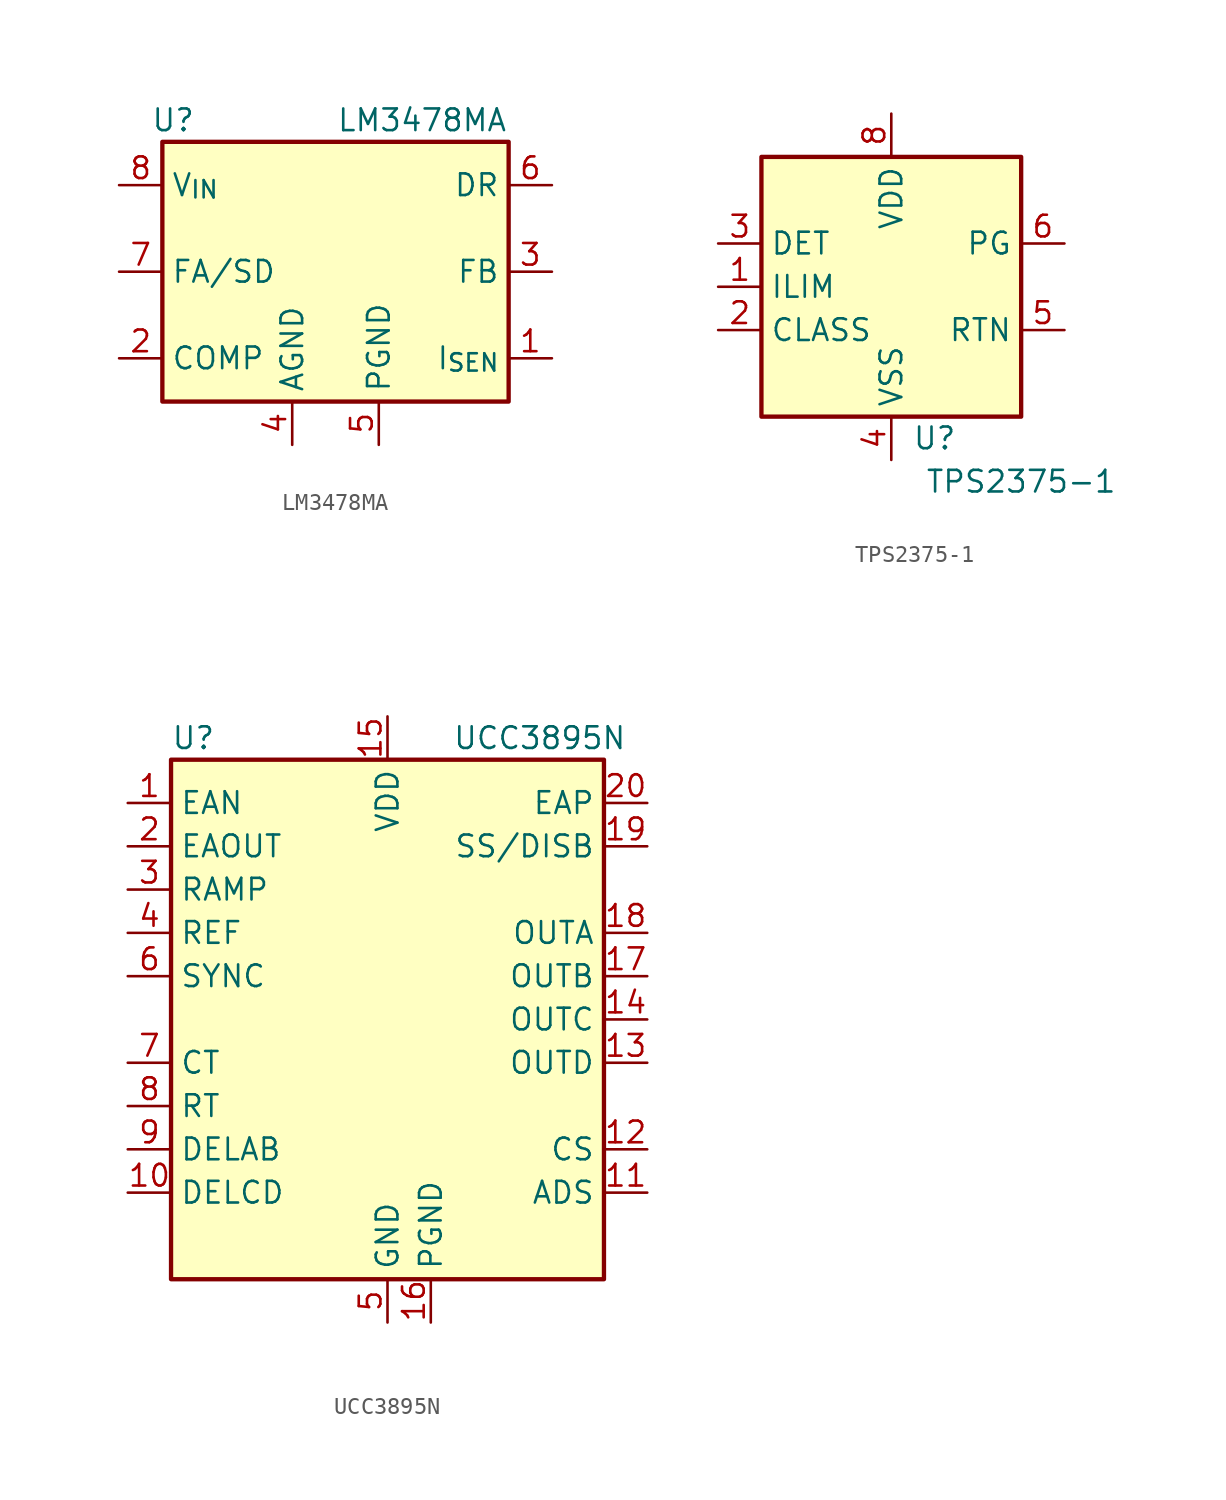
<source format=kicad_sym>
(kicad_symbol_lib
  (version 20241209)
  (generator "kicad_symbol_editor")
  (generator_version "9.0")
  (symbol "LM3478MA"
    (property "Reference" "U"
      (at -9.525 8.89 0)
      (effects (font (size 1.27 1.27))))
    (property "Value" "LM3478MA"
      (at 5.08 8.89 0)
      (effects (font (size 1.27 1.27))))
    (symbol "LM3478MA_0_1"
      (rectangle (start -10.16 7.62) (end 10.16 -7.62) (stroke (width 0.254) (type default)) (fill (type background))))
    (symbol "LM3478MA_1_1"
      (pin power_in line (at -12.7 5.08 0) (length 2.54) (name "V_{IN}" (effects (font (size 1.27 1.27)))) (number "8" (effects (font (size 1.27 1.27)))))
      (pin input line (at -12.7 0 0) (length 2.54) (name "FA/SD" (effects (font (size 1.27 1.27)))) (number "7" (effects (font (size 1.27 1.27)))))
      (pin input line (at -12.7 -5.08 0) (length 2.54) (name "COMP" (effects (font (size 1.27 1.27)))) (number "2" (effects (font (size 1.27 1.27)))))
      (pin power_in line (at -2.54 -10.16 90) (length 2.54) (name "AGND" (effects (font (size 1.27 1.27)))) (number "4" (effects (font (size 1.27 1.27)))))
      (pin power_in line (at 2.54 -10.16 90) (length 2.54) (name "PGND" (effects (font (size 1.27 1.27)))) (number "5" (effects (font (size 1.27 1.27)))))
      (pin output line (at 12.7 5.08 180) (length 2.54) (name "DR" (effects (font (size 1.27 1.27)))) (number "6" (effects (font (size 1.27 1.27)))))
      (pin input line (at 12.7 0 180) (length 2.54) (name "FB" (effects (font (size 1.27 1.27)))) (number "3" (effects (font (size 1.27 1.27)))))
      (pin input line (at 12.7 -5.08 180) (length 2.54) (name "I_{SEN}" (effects (font (size 1.27 1.27)))) (number "1" (effects (font (size 1.27 1.27)))))))
  (symbol "TPS2375-1"
    (property "Reference" "U"
      (at 2.54 -8.89 0)
      (effects (font (size 1.27 1.27))))
    (property "Value" "TPS2375-1"
      (at 7.62 -11.43 0)
      (effects (font (size 1.27 1.27))))
    (symbol "TPS2375-1_0_1"
      (rectangle (start -7.62 7.62) (end 7.62 -7.62) (stroke (width 0.254) (type default)) (fill (type background))))
    (symbol "TPS2375-1_1_1"
      (pin passive line (at -10.16 2.54 0) (length 2.54) (name "DET" (effects (font (size 1.27 1.27)))) (number "3" (effects (font (size 1.27 1.27)))))
      (pin passive line (at -10.16 0 0) (length 2.54) (name "ILIM" (effects (font (size 1.27 1.27)))) (number "1" (effects (font (size 1.27 1.27)))))
      (pin passive line (at -10.16 -2.54 0) (length 2.54) (name "CLASS" (effects (font (size 1.27 1.27)))) (number "2" (effects (font (size 1.27 1.27)))))
      (pin power_in line (at 0 10.16 270) (length 2.54) (name "VDD" (effects (font (size 1.27 1.27)))) (number "8" (effects (font (size 1.27 1.27)))))
      (pin power_in line (at 0 -10.16 90) (length 2.54) (name "VSS" (effects (font (size 1.27 1.27)))) (number "4" (effects (font (size 1.27 1.27)))))
      (pin no_connect line (at 7.62 0 180) (length 2.54) (hide yes) (name "NC" (effects (font (size 1.27 1.27)))) (number "7" (effects (font (size 1.27 1.27)))))
      (pin open_collector line (at 10.16 2.54 180) (length 2.54) (name "PG" (effects (font (size 1.27 1.27)))) (number "6" (effects (font (size 1.27 1.27)))))
      (pin power_out line (at 10.16 -2.54 180) (length 2.54) (name "RTN" (effects (font (size 1.27 1.27)))) (number "5" (effects (font (size 1.27 1.27)))))))
  (symbol "UCC3895N"
    (property "Reference" "U"
      (at -12.7 16.51 0)
      (effects (font (size 1.27 1.27)) (justify left)))
    (property "Value" "UCC3895N"
      (at 3.81 16.51 0)
      (effects (font (size 1.27 1.27)) (justify left)))
    (symbol "UCC3895N_0_1"
      (rectangle (start -12.7 15.24) (end 12.7 -15.24) (stroke (width 0.254) (type default)) (fill (type background))))
    (symbol "UCC3895N_1_1"
      (pin input line (at -15.24 12.7 0) (length 2.54) (name "EAN" (effects (font (size 1.27 1.27)))) (number "1" (effects (font (size 1.27 1.27)))))
      (pin bidirectional line (at -15.24 10.16 0) (length 2.54) (name "EAOUT" (effects (font (size 1.27 1.27)))) (number "2" (effects (font (size 1.27 1.27)))))
      (pin input line (at -15.24 7.62 0) (length 2.54) (name "RAMP" (effects (font (size 1.27 1.27)))) (number "3" (effects (font (size 1.27 1.27)))))
      (pin output line (at -15.24 5.08 0) (length 2.54) (name "REF" (effects (font (size 1.27 1.27)))) (number "4" (effects (font (size 1.27 1.27)))))
      (pin bidirectional line (at -15.24 2.54 0) (length 2.54) (name "SYNC" (effects (font (size 1.27 1.27)))) (number "6" (effects (font (size 1.27 1.27)))))
      (pin passive line (at -15.24 -2.54 0) (length 2.54) (name "CT" (effects (font (size 1.27 1.27)))) (number "7" (effects (font (size 1.27 1.27)))))
      (pin passive line (at -15.24 -5.08 0) (length 2.54) (name "RT" (effects (font (size 1.27 1.27)))) (number "8" (effects (font (size 1.27 1.27)))))
      (pin passive line (at -15.24 -7.62 0) (length 2.54) (name "DELAB" (effects (font (size 1.27 1.27)))) (number "9" (effects (font (size 1.27 1.27)))))
      (pin passive line (at -15.24 -10.16 0) (length 2.54) (name "DELCD" (effects (font (size 1.27 1.27)))) (number "10" (effects (font (size 1.27 1.27)))))
      (pin power_in line (at 0 17.78 270) (length 2.54) (name "VDD" (effects (font (size 1.27 1.27)))) (number "15" (effects (font (size 1.27 1.27)))))
      (pin power_in line (at 0 -17.78 90) (length 2.54) (name "GND" (effects (font (size 1.27 1.27)))) (number "5" (effects (font (size 1.27 1.27)))))
      (pin power_in line (at 2.54 -17.78 90) (length 2.54) (name "PGND" (effects (font (size 1.27 1.27)))) (number "16" (effects (font (size 1.27 1.27)))))
      (pin input line (at 15.24 12.7 180) (length 2.54) (name "EAP" (effects (font (size 1.27 1.27)))) (number "20" (effects (font (size 1.27 1.27)))))
      (pin passive line (at 15.24 10.16 180) (length 2.54) (name "SS/DISB" (effects (font (size 1.27 1.27)))) (number "19" (effects (font (size 1.27 1.27)))))
      (pin output line (at 15.24 5.08 180) (length 2.54) (name "OUTA" (effects (font (size 1.27 1.27)))) (number "18" (effects (font (size 1.27 1.27)))))
      (pin output line (at 15.24 2.54 180) (length 2.54) (name "OUTB" (effects (font (size 1.27 1.27)))) (number "17" (effects (font (size 1.27 1.27)))))
      (pin output line (at 15.24 0 180) (length 2.54) (name "OUTC" (effects (font (size 1.27 1.27)))) (number "14" (effects (font (size 1.27 1.27)))))
      (pin output line (at 15.24 -2.54 180) (length 2.54) (name "OUTD" (effects (font (size 1.27 1.27)))) (number "13" (effects (font (size 1.27 1.27)))))
      (pin input line (at 15.24 -7.62 180) (length 2.54) (name "CS" (effects (font (size 1.27 1.27)))) (number "12" (effects (font (size 1.27 1.27)))))
      (pin input line (at 15.24 -10.16 180) (length 2.54) (name "ADS" (effects (font (size 1.27 1.27)))) (number "11" (effects (font (size 1.27 1.27))))))))
</source>
